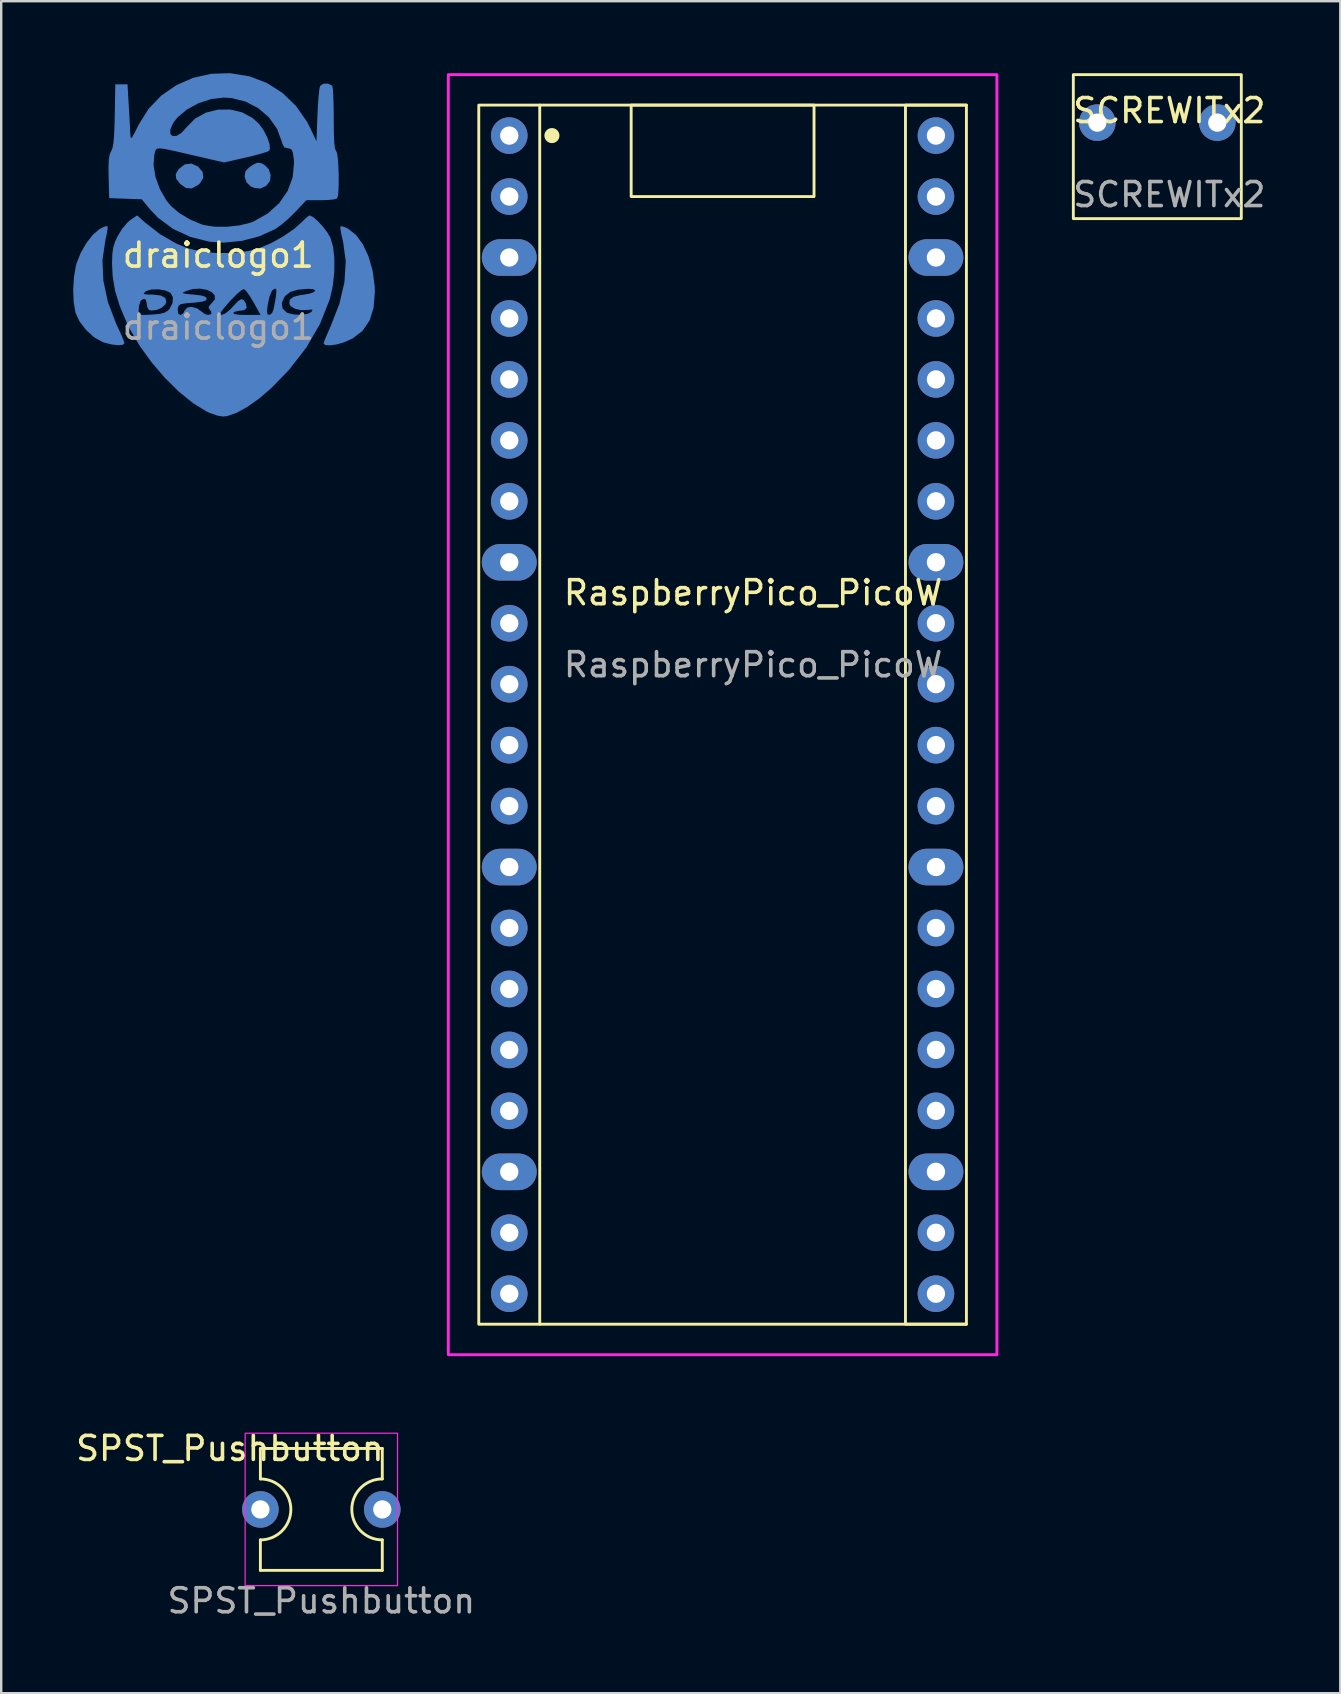
<source format=kicad_pcb>
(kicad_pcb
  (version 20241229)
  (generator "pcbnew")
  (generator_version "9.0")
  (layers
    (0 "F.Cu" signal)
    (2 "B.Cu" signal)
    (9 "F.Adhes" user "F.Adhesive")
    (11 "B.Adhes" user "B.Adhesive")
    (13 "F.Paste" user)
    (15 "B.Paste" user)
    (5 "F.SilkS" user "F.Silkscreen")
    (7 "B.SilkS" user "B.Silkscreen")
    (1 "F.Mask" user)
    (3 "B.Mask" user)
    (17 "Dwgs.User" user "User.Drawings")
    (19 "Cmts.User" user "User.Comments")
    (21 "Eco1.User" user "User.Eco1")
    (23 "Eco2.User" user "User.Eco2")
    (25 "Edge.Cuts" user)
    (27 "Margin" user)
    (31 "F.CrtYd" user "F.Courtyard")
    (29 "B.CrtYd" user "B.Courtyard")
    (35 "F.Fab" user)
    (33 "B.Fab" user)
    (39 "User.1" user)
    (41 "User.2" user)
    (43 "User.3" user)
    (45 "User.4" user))
  (footprint "SCREWITx2"
    (layer "F.Cu")
    (at 42.676 2.06)
    (property "Reference" "SCREWITx2" (at 3 -0.5 0) (unlocked yes) (layer "F.SilkS") (effects (font (size 1 1) (thickness 0.15))))
    (attr through_hole)
    (fp_rect (start -1 -2) (end 6 4) (stroke (width 0.12) (type solid)) (fill no) (layer "F.SilkS"))
    (fp_text user "${REFERENCE}" (at 3 3 0) (unlocked yes) (layer "F.Fab") (effects (font (size 1 1) (thickness 0.15))))
    (pad "1" thru_hole circle (at 0 0) (size 1.524 1.524) (drill 0.762) (layers "*.Cu" "*.Mask"))
    (pad "2" thru_hole circle (at 5 0) (size 1.524 1.524) (drill 0.762) (layers "*.Cu" "*.Mask")))
  (footprint "draiclogo1"
    (layer "F.Cu")
    (at 6.046 8.083)
    (property "Reference" "draiclogo1" (at 0 -0.5 0) (unlocked yes) (layer "F.SilkS") (effects (font (size 1 1) (thickness 0.15))))
    (attr smd)
    (fp_poly (pts (xy -0.837 -4.188) (xy -0.649 -3.961) (xy -0.626 -3.72) (xy -0.767 -3.489) (xy -0.831 -3.433) (xy -1.1 -3.283) (xy -1.342 -3.293) (xy -1.585 -3.466) (xy -1.586 -3.466) (xy -1.755 -3.685) (xy -1.774 -3.878) (xy -1.646 -4.091) (xy -1.645 -4.092) (xy -1.392 -4.284) (xy -1.112 -4.316)) (stroke (width 0) (type solid)) (fill yes) (layer "B.Cu"))
    (fp_poly (pts (xy 1.785 -4.334) (xy 1.911 -4.271) (xy 2.1 -4.086) (xy 2.183 -3.839) (xy 2.152 -3.589) (xy 2.003 -3.393) (xy 2.002 -3.393) (xy 1.764 -3.278) (xy 1.521 -3.296) (xy 1.359 -3.362) (xy 1.184 -3.524) (xy 1.099 -3.756) (xy 1.129 -3.983) (xy 1.145 -4.012) (xy 1.279 -4.152) (xy 1.454 -4.274) (xy 1.633 -4.354)) (stroke (width 0) (type solid)) (fill yes) (layer "B.Cu"))
    (fp_poly (pts (xy 5.186 -1.697) (xy 5.365 -1.626) (xy 5.397 -1.61) (xy 5.734 -1.349) (xy 6.026 -0.95) (xy 6.262 -0.443) (xy 6.43 0.143) (xy 6.516 0.778) (xy 6.525 1.033) (xy 6.472 1.691) (xy 6.302 2.228) (xy 6.011 2.654) (xy 5.594 2.973) (xy 5.229 3.136) (xy 4.933 3.219) (xy 4.666 3.257) (xy 4.469 3.247) (xy 4.388 3.188) (xy 4.387 3.183) (xy 4.421 3.074) (xy 4.51 2.854) (xy 4.637 2.566) (xy 4.675 2.482) (xy 5.046 1.529) (xy 5.258 0.623) (xy 5.311 -0.235) (xy 5.204 -1.04) (xy 5.193 -1.083) (xy 5.127 -1.374) (xy 5.09 -1.596) (xy 5.089 -1.702) (xy 5.091 -1.703)) (stroke (width 0) (type solid)) (fill yes) (layer "B.Cu"))
    (fp_poly (pts (xy -4.617 -1.707) (xy -4.612 -1.607) (xy -4.645 -1.392) (xy -4.706 -1.12) (xy -4.826 -0.299) (xy -4.789 0.565) (xy -4.598 1.458) (xy -4.253 2.363) (xy -4.207 2.461) (xy -4.068 2.761) (xy -3.964 3.006) (xy -3.913 3.153) (xy -3.91 3.17) (xy -3.984 3.235) (xy -4.176 3.252) (xy -4.443 3.221) (xy -4.744 3.146) (xy -4.814 3.123) (xy -5.169 2.926) (xy -5.511 2.617) (xy -5.789 2.249) (xy -5.951 1.893) (xy -6.025 1.465) (xy -6.046 0.948) (xy -6.014 0.414) (xy -5.931 -0.066) (xy -5.91 -0.146) (xy -5.74 -0.581) (xy -5.5 -1) (xy -5.224 -1.353) (xy -4.945 -1.59) (xy -4.935 -1.596) (xy -4.748 -1.687) (xy -4.628 -1.713)) (stroke (width 0) (type solid)) (fill yes) (layer "B.Cu"))
    (fp_poly (pts (xy 1.29 -7.955) (xy 1.294 -7.954) (xy 2.018 -7.68) (xy 2.674 -7.261) (xy 3.24 -6.716) (xy 3.695 -6.063) (xy 3.819 -5.822) (xy 4.091 -5.248) (xy 4.133 -6.348) (xy 4.154 -6.77) (xy 4.181 -7.133) (xy 4.211 -7.404) (xy 4.24 -7.547) (xy 4.244 -7.555) (xy 4.383 -7.644) (xy 4.572 -7.65) (xy 4.726 -7.577) (xy 4.759 -7.527) (xy 4.777 -7.398) (xy 4.793 -7.133) (xy 4.804 -6.767) (xy 4.81 -6.332) (xy 4.811 -6.137) (xy 4.816 -5.587) (xy 4.832 -5.196) (xy 4.861 -4.954) (xy 4.901 -4.852) (xy 4.909 -4.848) (xy 4.948 -4.756) (xy 4.98 -4.536) (xy 5.003 -4.23) (xy 5.016 -3.88) (xy 5.018 -3.526) (xy 5.008 -3.211) (xy 4.986 -2.976) (xy 4.952 -2.864) (xy 4.837 -2.828) (xy 4.603 -2.802) (xy 4.297 -2.791) (xy 4.274 -2.791) (xy 3.668 -2.79) (xy 3.203 -2.296) (xy 2.926 -2.024) (xy 2.634 -1.773) (xy 2.387 -1.596) (xy 2.375 -1.589) (xy 1.72 -1.29) (xy 0.988 -1.097) (xy 0.237 -1.023) (xy -0.362 -1.06) (xy -1.163 -1.259) (xy -1.886 -1.595) (xy -2.512 -2.06) (xy -2.852 -2.418) (xy -3.19 -2.828) (xy -3.868 -2.852) (xy -4.545 -2.877) (xy -4.569 -3.755) (xy -4.574 -4.197) (xy -4.572 -4.239) (xy -2.697 -4.239) (xy -2.614 -3.752) (xy -2.434 -3.255) (xy -2.173 -2.797) (xy -1.975 -2.552) (xy -1.628 -2.257) (xy -1.184 -1.99) (xy -0.712 -1.79) (xy -0.614 -1.759) (xy -0.17 -1.687) (xy 0.354 -1.683) (xy 0.885 -1.741) (xy 1.351 -1.856) (xy 1.464 -1.9) (xy 2.06 -2.237) (xy 2.54 -2.669) (xy 2.891 -3.179) (xy 3.1 -3.747) (xy 3.157 -4.355) (xy 3.142 -4.542) (xy 3.102 -4.791) (xy 3.043 -4.912) (xy 2.939 -4.95) (xy 2.901 -4.951) (xy 2.752 -4.993) (xy 2.667 -5.149) (xy 2.648 -5.226) (xy 2.448 -5.768) (xy 2.112 -6.241) (xy 1.666 -6.625) (xy 1.135 -6.901) (xy 0.544 -7.048) (xy 0.232 -7.068) (xy -0.3 -7.005) (xy -0.83 -6.83) (xy -1.313 -6.566) (xy -1.702 -6.237) (xy -1.879 -6.009) (xy -2 -5.737) (xy -1.998 -5.551) (xy -1.9 -5.46) (xy -1.734 -5.474) (xy -1.528 -5.601) (xy -1.328 -5.824) (xy -0.968 -6.19) (xy -0.522 -6.437) (xy -0.023 -6.564) (xy 0.494 -6.569) (xy 0.993 -6.451) (xy 1.441 -6.208) (xy 1.709 -5.958) (xy 1.896 -5.694) (xy 2.043 -5.405) (xy 2.134 -5.134) (xy 2.152 -4.927) (xy 2.119 -4.85) (xy 2.008 -4.8) (xy 1.768 -4.726) (xy 1.439 -4.638) (xy 1.14 -4.567) (xy 0.241 -4.364) (xy -1.009 -4.652) (xy -1.556 -4.779) (xy -1.961 -4.871) (xy -2.245 -4.928) (xy -2.432 -4.95) (xy -2.544 -4.938) (xy -2.604 -4.892) (xy -2.635 -4.812) (xy -2.66 -4.698) (xy -2.667 -4.665) (xy -2.697 -4.239) (xy -4.572 -4.239) (xy -4.559 -4.504) (xy -4.521 -4.708) (xy -4.466 -4.828) (xy -4.412 -4.955) (xy -4.371 -5.164) (xy -4.343 -5.479) (xy -4.324 -5.922) (xy -4.314 -6.321) (xy -4.291 -7.618) (xy -3.783 -7.618) (xy -3.73 -6.729) (xy -3.706 -6.323) (xy -3.686 -5.949) (xy -3.671 -5.659) (xy -3.666 -5.544) (xy -3.656 -5.414) (xy -3.63 -5.374) (xy -3.573 -5.439) (xy -3.472 -5.626) (xy -3.318 -5.937) (xy -2.906 -6.597) (xy -2.377 -7.148) (xy -1.753 -7.581) (xy -1.054 -7.887) (xy -0.3 -8.058) (xy 0.488 -8.083)) (stroke (width 0) (type solid)) (fill yes) (layer "B.Cu"))
    (fp_poly (pts (xy 3.946 -2.093) (xy 4.14 -1.927) (xy 4.351 -1.699) (xy 4.541 -1.451) (xy 4.673 -1.226) (xy 4.784 -0.842) (xy 4.838 -0.349) (xy 4.834 0.205) (xy 4.773 0.772) (xy 4.656 1.303) (xy 4.639 1.356) (xy 4.236 2.371) (xy 3.669 3.349) (xy 2.941 4.287) (xy 2.213 5.034) (xy 1.704 5.473) (xy 1.211 5.823) (xy 0.76 6.072) (xy 0.372 6.206) (xy 0.199 6.225) (xy -0.03 6.187) (xy -0.322 6.089) (xy -0.486 6.016) (xy -1.05 5.669) (xy -1.638 5.192) (xy -2.223 4.615) (xy -2.777 3.969) (xy -3.272 3.283) (xy -3.682 2.589) (xy -3.811 2.325) (xy -4.032 1.797) (xy -3.317 1.797) (xy -3.31 1.91) (xy -3.262 1.972) (xy -3.137 1.992) (xy -2.895 1.984) (xy -2.756 1.975) (xy -2.428 1.944) (xy -2.22 1.889) (xy -2.083 1.797) (xy -2.049 1.759) (xy -1.693 1.759) (xy -1.667 1.939) (xy -1.569 1.997) (xy -1.458 1.919) (xy -1.412 1.822) (xy -1.294 1.684) (xy -1.123 1.653) (xy -0.89 1.713) (xy -0.735 1.822) (xy -0.564 1.951) (xy -0.426 1.991) (xy -0.334 1.965) (xy 0.08 1.965) (xy 0.136 1.991) (xy 0.142 1.991) (xy 0.29 1.93) (xy 0.485 1.774) (xy 0.6 1.653) (xy 0.811 1.426) (xy 0.955 1.333) (xy 1.06 1.367) (xy 1.151 1.519) (xy 1.187 1.694) (xy 1.086 1.791) (xy 0.837 1.822) (xy 0.829 1.822) (xy 0.67 1.863) (xy 0.62 1.907) (xy 0.667 1.954) (xy 0.869 1.983) (xy 1.164 1.991) (xy 1.761 1.991) (xy 1.675 1.836) (xy 2.03 1.836) (xy 2.048 1.957) (xy 2.119 1.991) (xy 2.127 1.991) (xy 2.239 1.917) (xy 2.303 1.759) (xy 2.353 1.494) (xy 2.646 1.494) (xy 2.68 1.723) (xy 2.853 1.89) (xy 2.892 1.907) (xy 3.152 1.971) (xy 3.445 1.984) (xy 3.707 1.95) (xy 3.873 1.872) (xy 3.879 1.865) (xy 3.93 1.78) (xy 3.86 1.764) (xy 3.742 1.782) (xy 3.458 1.793) (xy 3.197 1.734) (xy 3.013 1.624) (xy 2.961 1.532) (xy 2.979 1.358) (xy 3.124 1.239) (xy 3.412 1.165) (xy 3.557 1.147) (xy 3.828 1.099) (xy 3.993 1.031) (xy 4.038 0.963) (xy 3.951 0.913) (xy 3.738 0.901) (xy 3.307 0.94) (xy 3.005 1.033) (xy 2.797 1.192) (xy 2.758 1.24) (xy 2.646 1.494) (xy 2.353 1.494) (xy 2.379 1.359) (xy 2.417 1.099) (xy 2.419 0.952) (xy 2.387 0.895) (xy 2.368 0.891) (xy 2.241 0.974) (xy 2.135 1.218) (xy 2.058 1.589) (xy 2.03 1.836) (xy 1.675 1.836) (xy 1.468 1.462) (xy 1.309 1.198) (xy 1.167 1.001) (xy 1.071 0.912) (xy 1.067 0.911) (xy 0.965 0.96) (xy 0.786 1.11) (xy 0.563 1.334) (xy 0.466 1.44) (xy 0.234 1.709) (xy 0.109 1.877) (xy 0.08 1.965) (xy -0.334 1.965) (xy -0.288 1.951) (xy -0.3 1.84) (xy -0.368 1.758) (xy -0.406 1.658) (xy -0.309 1.534) (xy -0.269 1.5) (xy -0.138 1.331) (xy -0.15 1.173) (xy -0.275 1.038) (xy -0.486 0.941) (xy -0.757 0.894) (xy -1.058 0.91) (xy -1.343 0.994) (xy -1.459 1.05) (xy -1.474 1.085) (xy -1.366 1.11) (xy -1.115 1.135) (xy -1.031 1.142) (xy -0.715 1.179) (xy -0.541 1.23) (xy -0.482 1.303) (xy -0.481 1.314) (xy -0.524 1.388) (xy -0.672 1.438) (xy -0.952 1.474) (xy -1.074 1.483) (xy -1.384 1.509) (xy -1.563 1.543) (xy -1.651 1.601) (xy -1.685 1.701) (xy -1.693 1.759) (xy -2.049 1.759) (xy -2.036 1.745) (xy -1.906 1.498) (xy -1.891 1.254) (xy -1.992 1.071) (xy -2.203 0.972) (xy -2.491 0.923) (xy -2.781 0.929) (xy -3 0.994) (xy -3.021 1.008) (xy -3.107 1.085) (xy -3.093 1.124) (xy -2.953 1.139) (xy -2.756 1.142) (xy -2.407 1.178) (xy -2.21 1.278) (xy -2.167 1.441) (xy -2.21 1.556) (xy -2.352 1.689) (xy -2.572 1.782) (xy -2.791 1.809) (xy -2.892 1.781) (xy -2.959 1.663) (xy -2.979 1.521) (xy -3.02 1.359) (xy -3.097 1.314) (xy -3.23 1.392) (xy -3.305 1.61) (xy -3.317 1.797) (xy -4.032 1.797) (xy -4.107 1.618) (xy -4.3 0.987) (xy -4.402 0.383) (xy -4.427 -0.147) (xy -4.417 -0.532) (xy -4.379 -0.816) (xy -4.3 -1.065) (xy -4.187 -1.306) (xy -3.998 -1.611) (xy -3.78 -1.867) (xy -3.664 -1.964) (xy -3.379 -2.156) (xy -3.054 -1.863) (xy -2.428 -1.375) (xy -1.745 -0.982) (xy -1.285 -0.79) (xy -0.725 -0.654) (xy -0.075 -0.588) (xy 0.602 -0.594) (xy 1.243 -0.671) (xy 1.694 -0.787) (xy 2.207 -1.004) (xy 2.724 -1.292) (xy 3.185 -1.614) (xy 3.493 -1.892) (xy 3.66 -2.055) (xy 3.783 -2.149) (xy 3.808 -2.157)) (stroke (width 0) (type solid)) (fill yes) (layer "B.Cu"))
    (fp_text user "${REFERENCE}" (at 0 2.5 0) (unlocked yes) (layer "F.Fab") (effects (font (size 1 1) (thickness 0.15)))))
  (footprint "RaspberryPico_PicoW"
    (layer "F.Cu")
    (at 18.171 50.86)
    (property "Reference" "RaspberryPico_PicoW" (at 10.16 -29.21 0) (unlocked yes) (layer "F.SilkS") (effects (font (size 1 1) (thickness 0.15))))
    (attr through_hole)
    (fp_line (start 1.27 -49.53) (end 19.05 -49.53) (stroke (width 0.12) (type default)) (layer "F.SilkS"))
    (fp_line (start 1.27 1.27) (end 19.05 1.27) (stroke (width 0.12) (type default)) (layer "F.SilkS"))
    (fp_rect (start -1.27 -49.53) (end 1.27 1.27) (stroke (width 0.12) (type default)) (fill no) (layer "F.SilkS"))
    (fp_rect (start 5.08 -49.53) (end 12.7 -45.72) (stroke (width 0.12) (type default)) (fill no) (layer "F.SilkS"))
    (fp_rect (start 16.51 -49.53) (end 19.05 1.27) (stroke (width 0.12) (type default)) (fill no) (layer "F.SilkS"))
    (fp_circle (center 1.778 -48.26) (end 2.032 -48.26) (stroke (width 0.12) (type solid)) (fill yes) (layer "F.SilkS"))
    (fp_rect (start -2.54 -50.8) (end 20.32 2.54) (stroke (width 0.12) (type default)) (fill no) (layer "F.CrtYd"))
    (fp_text user "${REFERENCE}" (at 10.16 -26.21 0) (unlocked yes) (layer "F.Fab") (effects (font (size 1 1) (thickness 0.15))))
    (pad "1" thru_hole circle (at 0 -48.26) (size 1.524 1.524) (drill 0.762) (layers "*.Cu" "*.Mask"))
    (pad "2" thru_hole circle (at 0 -45.72) (size 1.524 1.524) (drill 0.762) (layers "*.Cu" "*.Mask"))
    (pad "3" thru_hole oval (at 0 -43.18) (size 2.286 1.524) (drill 0.762) (layers "*.Cu" "*.Mask"))
    (pad "4" thru_hole circle (at 0 -40.64) (size 1.524 1.524) (drill 0.762) (layers "*.Cu" "*.Mask"))
    (pad "5" thru_hole circle (at 0 -38.1) (size 1.524 1.524) (drill 0.762) (layers "*.Cu" "*.Mask"))
    (pad "6" thru_hole circle (at 0 -35.56) (size 1.524 1.524) (drill 0.762) (layers "*.Cu" "*.Mask"))
    (pad "7" thru_hole circle (at 0 -33.02) (size 1.524 1.524) (drill 0.762) (layers "*.Cu" "*.Mask"))
    (pad "8" thru_hole oval (at 0 -30.48) (size 2.286 1.524) (drill 0.762) (layers "*.Cu" "*.Mask"))
    (pad "9" thru_hole circle (at 0 -27.94) (size 1.524 1.524) (drill 0.762) (layers "*.Cu" "*.Mask"))
    (pad "10" thru_hole circle (at 0 -25.4) (size 1.524 1.524) (drill 0.762) (layers "*.Cu" "*.Mask"))
    (pad "11" thru_hole circle (at 0 -22.86) (size 1.524 1.524) (drill 0.762) (layers "*.Cu" "*.Mask"))
    (pad "12" thru_hole circle (at 0 -20.32) (size 1.524 1.524) (drill 0.762) (layers "*.Cu" "*.Mask"))
    (pad "13" thru_hole oval (at 0 -17.78) (size 2.286 1.524) (drill 0.762) (layers "*.Cu" "*.Mask"))
    (pad "14" thru_hole circle (at 0 -15.24) (size 1.524 1.524) (drill 0.762) (layers "*.Cu" "*.Mask"))
    (pad "15" thru_hole circle (at 0 -12.7) (size 1.524 1.524) (drill 0.762) (layers "*.Cu" "*.Mask"))
    (pad "16" thru_hole circle (at 0 -10.16) (size 1.524 1.524) (drill 0.762) (layers "*.Cu" "*.Mask"))
    (pad "17" thru_hole circle (at 0 -7.62) (size 1.524 1.524) (drill 0.762) (layers "*.Cu" "*.Mask"))
    (pad "18" thru_hole oval (at 0 -5.08) (size 2.286 1.524) (drill 0.762) (layers "*.Cu" "*.Mask"))
    (pad "19" thru_hole circle (at 0 -2.54) (size 1.524 1.524) (drill 0.762) (layers "*.Cu" "*.Mask"))
    (pad "20" thru_hole circle (at 0 0) (size 1.524 1.524) (drill 0.762) (layers "*.Cu" "*.Mask"))
    (pad "21" thru_hole circle (at 17.78 0 180) (size 1.524 1.524) (drill 0.762) (layers "*.Cu" "*.Mask"))
    (pad "22" thru_hole circle (at 17.78 -2.54 180) (size 1.524 1.524) (drill 0.762) (layers "*.Cu" "*.Mask"))
    (pad "23" thru_hole oval (at 17.78 -5.08 180) (size 2.286 1.524) (drill 0.762) (layers "*.Cu" "*.Mask"))
    (pad "24" thru_hole circle (at 17.78 -7.62 180) (size 1.524 1.524) (drill 0.762) (layers "*.Cu" "*.Mask"))
    (pad "25" thru_hole circle (at 17.78 -10.16 180) (size 1.524 1.524) (drill 0.762) (layers "*.Cu" "*.Mask"))
    (pad "26" thru_hole circle (at 17.78 -12.7 180) (size 1.524 1.524) (drill 0.762) (layers "*.Cu" "*.Mask"))
    (pad "27" thru_hole circle (at 17.78 -15.24 180) (size 1.524 1.524) (drill 0.762) (layers "*.Cu" "*.Mask"))
    (pad "28" thru_hole oval (at 17.78 -17.78 180) (size 2.286 1.524) (drill 0.762) (layers "*.Cu" "*.Mask"))
    (pad "29" thru_hole circle (at 17.78 -20.32 180) (size 1.524 1.524) (drill 0.762) (layers "*.Cu" "*.Mask"))
    (pad "30" thru_hole circle (at 17.78 -22.86 180) (size 1.524 1.524) (drill 0.762) (layers "*.Cu" "*.Mask"))
    (pad "31" thru_hole circle (at 17.78 -25.4 180) (size 1.524 1.524) (drill 0.762) (layers "*.Cu" "*.Mask"))
    (pad "32" thru_hole circle (at 17.78 -27.94 180) (size 1.524 1.524) (drill 0.762) (layers "*.Cu" "*.Mask"))
    (pad "33" thru_hole oval (at 17.78 -30.48 180) (size 2.286 1.524) (drill 0.762) (layers "*.Cu" "*.Mask"))
    (pad "34" thru_hole circle (at 17.78 -33.02 180) (size 1.524 1.524) (drill 0.762) (layers "*.Cu" "*.Mask"))
    (pad "35" thru_hole circle (at 17.78 -35.56 180) (size 1.524 1.524) (drill 0.762) (layers "*.Cu" "*.Mask"))
    (pad "36" thru_hole circle (at 17.78 -38.1 180) (size 1.524 1.524) (drill 0.762) (layers "*.Cu" "*.Mask"))
    (pad "37" thru_hole circle (at 17.78 -40.64 180) (size 1.524 1.524) (drill 0.762) (layers "*.Cu" "*.Mask"))
    (pad "38" thru_hole oval (at 17.78 -43.18 180) (size 2.286 1.524) (drill 0.762) (layers "*.Cu" "*.Mask"))
    (pad "39" thru_hole circle (at 17.78 -45.72 180) (size 1.524 1.524) (drill 0.762) (layers "*.Cu" "*.Mask"))
    (pad "40" thru_hole circle (at 17.78 -48.26 180) (size 1.524 1.524) (drill 0.762) (layers "*.Cu" "*.Mask")))
  (footprint "SPST_Pushbutton"
    (layer "F.Cu")
    (at 10.34 59.848)
    (property "Reference" "SPST_Pushbutton" (at -3.81 -2.54 0) (unlocked yes) (layer "F.SilkS") (effects (font (size 1 1) (thickness 0.15))))
    (attr through_hole)
    (fp_line (start -2.54 -2.54) (end -2.54 -1.27) (stroke (width 0.12) (type default)) (layer "F.SilkS"))
    (fp_line (start -2.54 -2.54) (end 2.54 -2.54) (stroke (width 0.12) (type default)) (layer "F.SilkS"))
    (fp_line (start -2.54 2.54) (end -2.54 1.27) (stroke (width 0.12) (type default)) (layer "F.SilkS"))
    (fp_line (start -2.54 2.54) (end 2.54 2.54) (stroke (width 0.12) (type default)) (layer "F.SilkS"))
    (fp_line (start 2.54 -2.54) (end 2.54 -1.27) (stroke (width 0.12) (type default)) (layer "F.SilkS"))
    (fp_line (start 2.54 2.54) (end 2.54 1.27) (stroke (width 0.12) (type default)) (layer "F.SilkS"))
    (fp_arc (start -2.54 -1.27) (mid -1.27 0) (end -2.54 1.27) (stroke (width 0.12) (type default)) (layer "F.SilkS"))
    (fp_arc (start 2.54 1.27) (mid 1.27 0) (end 2.54 -1.27) (stroke (width 0.12) (type default)) (layer "F.SilkS"))
    (fp_rect (start -3.175 -3.175) (end 3.175 3.175) (stroke (width 0.05) (type default)) (fill no) (layer "F.CrtYd"))
    (fp_text user "${REFERENCE}" (at 0 3.81 0) (unlocked yes) (layer "F.Fab") (effects (font (size 1 1) (thickness 0.15))))
    (pad "1" thru_hole circle (at 2.54 0) (size 1.524 1.524) (drill 0.762) (layers "*.Cu" "*.Mask"))
    (pad "2" thru_hole circle (at -2.54 0) (size 1.524 1.524) (drill 0.762) (layers "*.Cu" "*.Mask")))
  (gr_rect
    (start -3 -3)
    (end 52.801 67.507)
    (stroke (width 0.1) (type default))
    (fill no)
    (layer "Edge.Cuts")))
</source>
